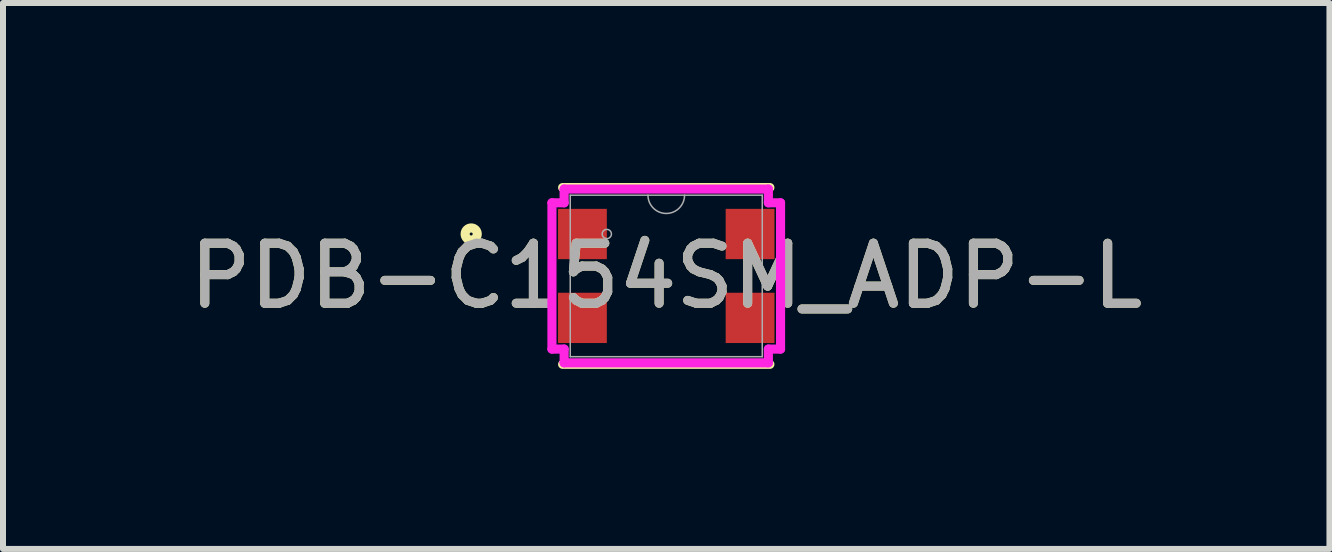
<source format=kicad_pcb>
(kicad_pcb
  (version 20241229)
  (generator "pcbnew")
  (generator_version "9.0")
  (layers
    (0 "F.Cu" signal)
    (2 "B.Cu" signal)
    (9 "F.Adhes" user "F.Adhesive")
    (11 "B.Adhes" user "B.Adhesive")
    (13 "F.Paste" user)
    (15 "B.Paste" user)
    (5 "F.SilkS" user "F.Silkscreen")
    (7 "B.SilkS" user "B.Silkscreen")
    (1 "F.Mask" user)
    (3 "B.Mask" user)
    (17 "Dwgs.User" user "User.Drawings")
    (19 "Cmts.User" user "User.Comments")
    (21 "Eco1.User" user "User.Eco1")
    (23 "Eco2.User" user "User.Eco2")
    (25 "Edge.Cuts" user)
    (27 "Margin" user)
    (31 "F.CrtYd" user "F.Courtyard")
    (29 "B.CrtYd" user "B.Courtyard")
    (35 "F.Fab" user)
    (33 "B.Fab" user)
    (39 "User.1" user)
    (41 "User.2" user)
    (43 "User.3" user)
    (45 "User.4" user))
  (footprint "PDB-C154SM_ADP-L"
    (layer "F.Cu")
    (at 8.054 1.549)
    (property "Reference" "PDB-C154SM_ADP-L" (at 0 0 0) (unlocked yes) (layer "F.SilkS") (effects (font (size 1 1) (thickness 0.15))))
    (attr smd)
    (fp_line (start -1.727 1.473) (end 1.727 1.473) (stroke (width 0.152) (type solid)) (layer "F.SilkS"))
    (fp_line (start 1.727 -1.473) (end -1.727 -1.473) (stroke (width 0.152) (type solid)) (layer "F.SilkS"))
    (fp_circle (center -3.251 -0.699) (end -3.15 -0.699) (stroke (width 0.152) (type solid)) (fill no) (layer "F.SilkS"))
    (fp_line (start -1.905 -1.219) (end -1.702 -1.219) (stroke (width 0.152) (type solid)) (layer "F.CrtYd"))
    (fp_line (start -1.905 1.219) (end -1.905 -1.219) (stroke (width 0.152) (type solid)) (layer "F.CrtYd"))
    (fp_line (start -1.905 1.219) (end -1.702 1.219) (stroke (width 0.152) (type solid)) (layer "F.CrtYd"))
    (fp_line (start -1.702 -1.448) (end 1.702 -1.448) (stroke (width 0.152) (type solid)) (layer "F.CrtYd"))
    (fp_line (start -1.702 -1.219) (end -1.702 -1.448) (stroke (width 0.152) (type solid)) (layer "F.CrtYd"))
    (fp_line (start -1.702 1.448) (end -1.702 1.219) (stroke (width 0.152) (type solid)) (layer "F.CrtYd"))
    (fp_line (start 1.702 -1.448) (end 1.702 -1.219) (stroke (width 0.152) (type solid)) (layer "F.CrtYd"))
    (fp_line (start 1.702 1.219) (end 1.702 1.448) (stroke (width 0.152) (type solid)) (layer "F.CrtYd"))
    (fp_line (start 1.702 1.448) (end -1.702 1.448) (stroke (width 0.152) (type solid)) (layer "F.CrtYd"))
    (fp_line (start 1.905 -1.219) (end 1.702 -1.219) (stroke (width 0.152) (type solid)) (layer "F.CrtYd"))
    (fp_line (start 1.905 -1.219) (end 1.905 1.219) (stroke (width 0.152) (type solid)) (layer "F.CrtYd"))
    (fp_line (start 1.905 1.219) (end 1.702 1.219) (stroke (width 0.152) (type solid)) (layer "F.CrtYd"))
    (fp_line (start -1.6 -1.346) (end -1.6 1.346) (stroke (width 0.025) (type solid)) (layer "F.Fab"))
    (fp_line (start -1.6 1.346) (end 1.6 1.346) (stroke (width 0.025) (type solid)) (layer "F.Fab"))
    (fp_line (start 1.6 -1.346) (end -1.6 -1.346) (stroke (width 0.025) (type solid)) (layer "F.Fab"))
    (fp_line (start 1.6 1.346) (end 1.6 -1.346) (stroke (width 0.025) (type solid)) (layer "F.Fab"))
    (fp_arc (start 0.3048 -1.3462) (mid 0 -1.0414) (end -0.3048 -1.3462) (stroke (width 0.0254) (type solid)) (layer "F.Fab"))
    (fp_circle (center -0.991 -0.699) (end -0.914 -0.699) (stroke (width 0.025) (type solid)) (fill no) (layer "F.Fab"))
    (fp_text user "${REFERENCE}" (at 0 0 0) (unlocked yes) (layer "F.Fab") (effects (font (size 1 1) (thickness 0.15))))
    (pad "1" smd rect (at -1.397 -0.699) (size 0.813 0.838) (layers "F.Cu" "F.Mask" "F.Paste"))
    (pad "2" smd rect (at -1.397 0.699) (size 0.813 0.838) (layers "F.Cu" "F.Mask" "F.Paste"))
    (pad "3" smd rect (at 1.397 0.699) (size 0.813 0.838) (layers "F.Cu" "F.Mask" "F.Paste"))
    (pad "4" smd rect (at 1.397 -0.699) (size 0.813 0.838) (layers "F.Cu" "F.Mask" "F.Paste")))
  (gr_rect
    (start -3 -3)
    (end 19.107 6.099)
    (stroke (width 0.1) (type default))
    (fill no)
    (layer "Edge.Cuts")))
</source>
